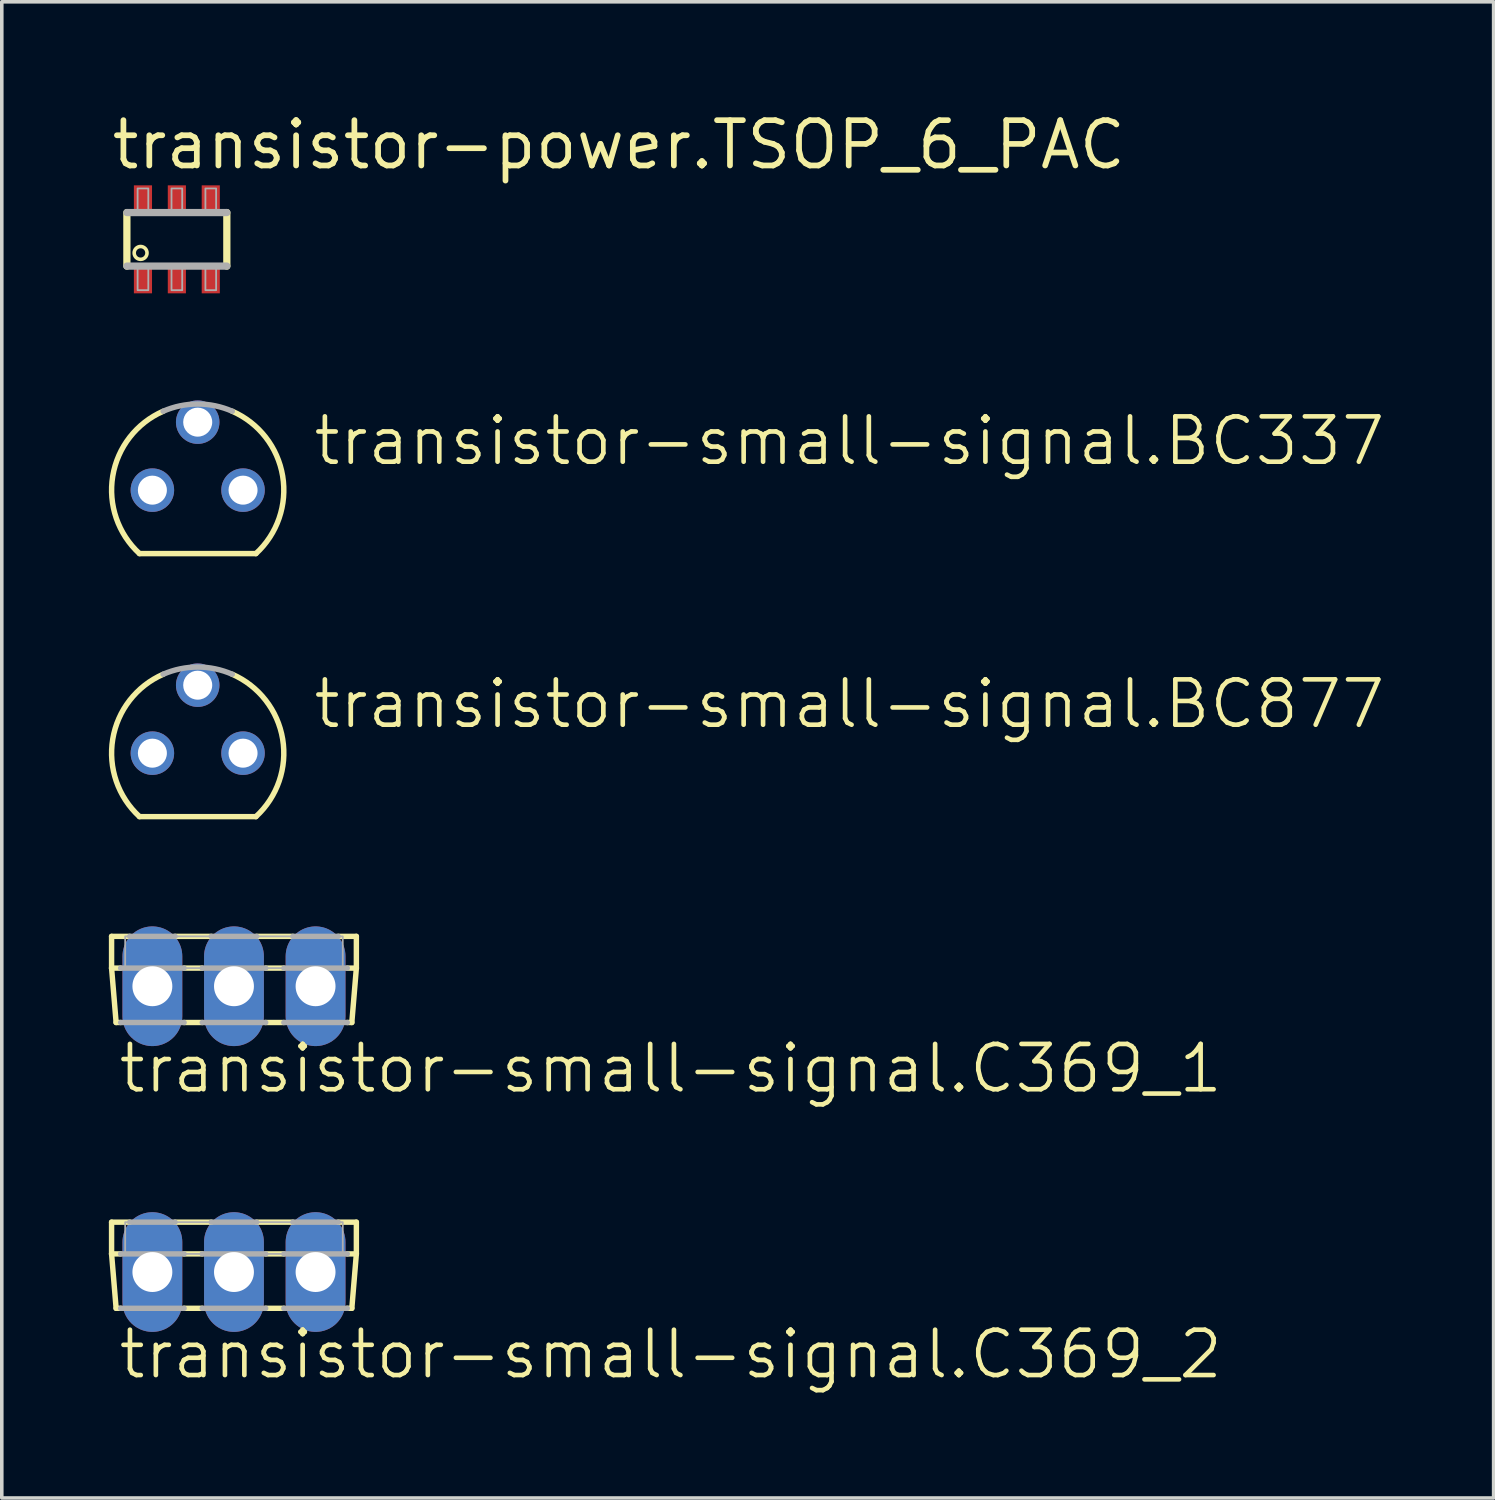
<source format=kicad_pcb>
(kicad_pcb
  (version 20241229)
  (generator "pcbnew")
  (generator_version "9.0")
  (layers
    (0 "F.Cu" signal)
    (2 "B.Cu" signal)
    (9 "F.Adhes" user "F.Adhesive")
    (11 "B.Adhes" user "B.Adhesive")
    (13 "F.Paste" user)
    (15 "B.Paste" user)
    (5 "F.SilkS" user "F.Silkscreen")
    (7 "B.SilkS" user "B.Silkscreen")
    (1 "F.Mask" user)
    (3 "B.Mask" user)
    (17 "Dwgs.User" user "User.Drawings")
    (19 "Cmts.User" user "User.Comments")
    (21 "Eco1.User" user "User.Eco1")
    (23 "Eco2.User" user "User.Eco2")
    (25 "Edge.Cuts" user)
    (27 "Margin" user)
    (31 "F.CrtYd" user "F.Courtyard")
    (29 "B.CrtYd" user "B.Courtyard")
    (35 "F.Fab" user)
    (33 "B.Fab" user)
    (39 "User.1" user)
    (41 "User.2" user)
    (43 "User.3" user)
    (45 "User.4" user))
  (footprint "transistor-small-signal.C369_2"
    (layer "F.Cu")
    (at 3.505 31.191)
    (property "Reference" "transistor-small-signal.C369_2" (at -3.302 4.445 0) (layer "F.SilkS") (effects (font (size 1.27 1.27) (thickness 0.13)) (justify left bottom)))
    (attr through_hole)
    (fp_line (start -3.429 0) (end -3.429 0.889) (stroke (width 0.152) (type default)) (layer "F.SilkS"))
    (fp_line (start -3.429 0) (end -2.921 0) (stroke (width 0.152) (type default)) (layer "F.SilkS"))
    (fp_line (start -3.429 0.889) (end -3.302 2.413) (stroke (width 0.152) (type default)) (layer "F.SilkS"))
    (fp_line (start -3.429 0.889) (end -3.175 0.889) (stroke (width 0.152) (type default)) (layer "F.SilkS"))
    (fp_line (start -3.302 2.413) (end -3.175 2.413) (stroke (width 0.152) (type default)) (layer "F.SilkS"))
    (fp_line (start -1.397 0.889) (end -0.889 0.889) (stroke (width 0.152) (type default)) (layer "F.SilkS"))
    (fp_line (start -0.889 2.413) (end -1.397 2.413) (stroke (width 0.152) (type default)) (layer "F.SilkS"))
    (fp_line (start -0.635 0) (end -1.651 0) (stroke (width 0.152) (type default)) (layer "F.SilkS"))
    (fp_line (start 0.889 0.889) (end 1.397 0.889) (stroke (width 0.152) (type default)) (layer "F.SilkS"))
    (fp_line (start 1.397 2.413) (end 0.889 2.413) (stroke (width 0.152) (type default)) (layer "F.SilkS"))
    (fp_line (start 1.651 0) (end 0.635 0) (stroke (width 0.152) (type default)) (layer "F.SilkS"))
    (fp_line (start 3.302 2.413) (end 3.175 2.413) (stroke (width 0.152) (type default)) (layer "F.SilkS"))
    (fp_line (start 3.429 0) (end 2.921 0) (stroke (width 0.152) (type default)) (layer "F.SilkS"))
    (fp_line (start 3.429 0) (end 3.429 0.889) (stroke (width 0.152) (type default)) (layer "F.SilkS"))
    (fp_line (start 3.429 0.889) (end 3.175 0.889) (stroke (width 0.152) (type default)) (layer "F.SilkS"))
    (fp_line (start 3.429 0.889) (end 3.302 2.413) (stroke (width 0.152) (type default)) (layer "F.SilkS"))
    (fp_line (start -3.175 0.889) (end -1.397 0.889) (stroke (width 0.152) (type default)) (layer "F.Fab"))
    (fp_line (start -3.175 2.413) (end -1.397 2.413) (stroke (width 0.152) (type default)) (layer "F.Fab"))
    (fp_line (start -2.921 0) (end -1.651 0) (stroke (width 0.152) (type default)) (layer "F.Fab"))
    (fp_line (start -0.889 0.889) (end 0.889 0.889) (stroke (width 0.152) (type default)) (layer "F.Fab"))
    (fp_line (start 0.635 0) (end -0.635 0) (stroke (width 0.152) (type default)) (layer "F.Fab"))
    (fp_line (start 0.889 2.413) (end -0.889 2.413) (stroke (width 0.152) (type default)) (layer "F.Fab"))
    (fp_line (start 2.921 0) (end 1.651 0) (stroke (width 0.152) (type default)) (layer "F.Fab"))
    (fp_line (start 3.175 0.889) (end 1.397 0.889) (stroke (width 0.152) (type default)) (layer "F.Fab"))
    (fp_line (start 3.175 2.413) (end 1.397 2.413) (stroke (width 0.152) (type default)) (layer "F.Fab"))
    (fp_rect (start -3.048 0.889) (end 3.048 0) (stroke (width 0.05) (type default)) (fill no) (layer "F.Fab"))
    (pad "B" thru_hole oval (at -2.286 1.397 90) (size 3.353 1.676) (drill 1.118) (layers "*.Cu" "*.Mask"))
    (pad "C" thru_hole oval (at 0 1.397 90) (size 3.353 1.676) (drill 1.118) (layers "*.Cu" "*.Mask"))
    (pad "E" thru_hole oval (at 2.286 1.397 90) (size 3.353 1.676) (drill 1.118) (layers "*.Cu" "*.Mask")))
  (footprint "transistor-power.TSOP_6_PAC"
    (layer "F.Cu")
    (at 1.905 3.655)
    (property "Reference" "transistor-power.TSOP_6_PAC" (at -1.905 -1.905 0) (layer "F.SilkS") (effects (font (size 1.27 1.27) (thickness 0.16)) (justify left bottom)))
    (attr smd)
    (fp_line (start -1.4 0.75) (end -1.4 -0.75) (stroke (width 0.203) (type default)) (layer "F.SilkS"))
    (fp_line (start 1.4 -0.75) (end 1.4 0.75) (stroke (width 0.203) (type default)) (layer "F.SilkS"))
    (fp_circle (center -1.016 0.381) (end -0.836 0.381) (stroke (width 0.1) (type default)) (fill no) (layer "F.SilkS"))
    (fp_line (start -1.4 -0.75) (end 1.4 -0.75) (stroke (width 0.203) (type default)) (layer "F.Fab"))
    (fp_line (start 1.4 0.75) (end -1.4 0.75) (stroke (width 0.203) (type default)) (layer "F.Fab"))
    (fp_rect (start -1.1 -0.8) (end -0.8 -1.425) (stroke (width 0.05) (type default)) (fill no) (layer "F.Fab"))
    (fp_rect (start -1.1 1.425) (end -0.8 0.8) (stroke (width 0.05) (type default)) (fill no) (layer "F.Fab"))
    (fp_rect (start -0.15 -0.8) (end 0.15 -1.425) (stroke (width 0.05) (type default)) (fill no) (layer "F.Fab"))
    (fp_rect (start -0.15 1.425) (end 0.15 0.8) (stroke (width 0.05) (type default)) (fill no) (layer "F.Fab"))
    (fp_rect (start 0.8 -0.8) (end 1.1 -1.425) (stroke (width 0.05) (type default)) (fill no) (layer "F.Fab"))
    (fp_rect (start 0.8 1.425) (end 1.1 0.8) (stroke (width 0.05) (type default)) (fill no) (layer "F.Fab"))
    (pad "1" smd roundrect (at -0.95 1.163) (size 0.508 0.7) (layers "F.Cu" "F.Mask" "F.Paste") (roundrect_rratio 0.01))
    (pad "2" smd roundrect (at 0 1.163) (size 0.508 0.7) (layers "F.Cu" "F.Mask" "F.Paste") (roundrect_rratio 0.01))
    (pad "3" smd roundrect (at 0.95 1.163) (size 0.508 0.7) (layers "F.Cu" "F.Mask" "F.Paste") (roundrect_rratio 0.01))
    (pad "4" smd roundrect (at 0.95 -1.163 180) (size 0.508 0.7) (layers "F.Cu" "F.Mask" "F.Paste") (roundrect_rratio 0.01))
    (pad "5" smd roundrect (at 0 -1.163 180) (size 0.508 0.7) (layers "F.Cu" "F.Mask" "F.Paste") (roundrect_rratio 0.01))
    (pad "6" smd roundrect (at -0.95 -1.163 180) (size 0.508 0.7) (layers "F.Cu" "F.Mask" "F.Paste") (roundrect_rratio 0.01)))
  (footprint "transistor-small-signal.BC337"
    (layer "F.Cu")
    (at 2.489 10.682)
    (property "Reference" "transistor-small-signal.BC337" (at 3.175 -0.635 0) (layer "F.SilkS") (effects (font (size 1.27 1.27) (thickness 0.13)) (justify left bottom)))
    (attr through_hole)
    (fp_line (start -1.631 1.778) (end 1.631 1.778) (stroke (width 0.152) (type default)) (layer "F.SilkS"))
    (fp_arc (start -1.631 1.778) (mid -2.380095 -0.395238) (end -0.9689 -2.2098) (stroke (width 0.1524) (type default)) (layer "F.SilkS"))
    (fp_arc (start 0.9689 -2.2098) (mid 2.380095 -0.395238) (end 1.631 1.778) (stroke (width 0.1524) (type default)) (layer "F.SilkS"))
    (fp_arc (start -0.9692 -2.2098) (mid 0 -2.412999) (end 0.9692 -2.2098) (stroke (width 0.1524) (type default)) (layer "F.Fab"))
    (pad "B" thru_hole circle (at 0 -1.905) (size 1.219 1.219) (drill 0.813) (layers "*.Cu" "*.Mask"))
    (pad "C" thru_hole circle (at -1.27 0) (size 1.219 1.219) (drill 0.813) (layers "*.Cu" "*.Mask"))
    (pad "E" thru_hole circle (at 1.27 0) (size 1.219 1.219) (drill 0.813) (layers "*.Cu" "*.Mask")))
  (footprint "transistor-small-signal.C369_1"
    (layer "F.Cu")
    (at 3.505 23.184)
    (property "Reference" "transistor-small-signal.C369_1" (at -3.302 4.445 0) (layer "F.SilkS") (effects (font (size 1.27 1.27) (thickness 0.13)) (justify left bottom)))
    (attr through_hole)
    (fp_line (start -3.429 0) (end -3.429 0.889) (stroke (width 0.152) (type default)) (layer "F.SilkS"))
    (fp_line (start -3.429 0) (end -2.921 0) (stroke (width 0.152) (type default)) (layer "F.SilkS"))
    (fp_line (start -3.429 0.889) (end -3.302 2.413) (stroke (width 0.152) (type default)) (layer "F.SilkS"))
    (fp_line (start -3.429 0.889) (end -3.175 0.889) (stroke (width 0.152) (type default)) (layer "F.SilkS"))
    (fp_line (start -3.302 2.413) (end -3.175 2.413) (stroke (width 0.152) (type default)) (layer "F.SilkS"))
    (fp_line (start -1.397 0.889) (end -0.889 0.889) (stroke (width 0.152) (type default)) (layer "F.SilkS"))
    (fp_line (start -0.889 2.413) (end -1.397 2.413) (stroke (width 0.152) (type default)) (layer "F.SilkS"))
    (fp_line (start -0.635 0) (end -1.651 0) (stroke (width 0.152) (type default)) (layer "F.SilkS"))
    (fp_line (start 0.889 0.889) (end 1.397 0.889) (stroke (width 0.152) (type default)) (layer "F.SilkS"))
    (fp_line (start 1.397 2.413) (end 0.889 2.413) (stroke (width 0.152) (type default)) (layer "F.SilkS"))
    (fp_line (start 1.651 0) (end 0.635 0) (stroke (width 0.152) (type default)) (layer "F.SilkS"))
    (fp_line (start 3.302 2.413) (end 3.175 2.413) (stroke (width 0.152) (type default)) (layer "F.SilkS"))
    (fp_line (start 3.429 0) (end 2.921 0) (stroke (width 0.152) (type default)) (layer "F.SilkS"))
    (fp_line (start 3.429 0) (end 3.429 0.889) (stroke (width 0.152) (type default)) (layer "F.SilkS"))
    (fp_line (start 3.429 0.889) (end 3.175 0.889) (stroke (width 0.152) (type default)) (layer "F.SilkS"))
    (fp_line (start 3.429 0.889) (end 3.302 2.413) (stroke (width 0.152) (type default)) (layer "F.SilkS"))
    (fp_line (start -3.175 0.889) (end -1.397 0.889) (stroke (width 0.152) (type default)) (layer "F.Fab"))
    (fp_line (start -3.175 2.413) (end -1.397 2.413) (stroke (width 0.152) (type default)) (layer "F.Fab"))
    (fp_line (start -2.921 0) (end -1.651 0) (stroke (width 0.152) (type default)) (layer "F.Fab"))
    (fp_line (start -0.889 0.889) (end 0.889 0.889) (stroke (width 0.152) (type default)) (layer "F.Fab"))
    (fp_line (start 0.635 0) (end -0.635 0) (stroke (width 0.152) (type default)) (layer "F.Fab"))
    (fp_line (start 0.889 2.413) (end -0.889 2.413) (stroke (width 0.152) (type default)) (layer "F.Fab"))
    (fp_line (start 2.921 0) (end 1.651 0) (stroke (width 0.152) (type default)) (layer "F.Fab"))
    (fp_line (start 3.175 0.889) (end 1.397 0.889) (stroke (width 0.152) (type default)) (layer "F.Fab"))
    (fp_line (start 3.175 2.413) (end 1.397 2.413) (stroke (width 0.152) (type default)) (layer "F.Fab"))
    (fp_rect (start -3.048 0.889) (end 3.048 0) (stroke (width 0.05) (type default)) (fill no) (layer "F.Fab"))
    (pad "D" thru_hole oval (at 0 1.397 90) (size 3.353 1.676) (drill 1.118) (layers "*.Cu" "*.Mask"))
    (pad "G" thru_hole oval (at -2.286 1.397 90) (size 3.353 1.676) (drill 1.118) (layers "*.Cu" "*.Mask"))
    (pad "S" thru_hole oval (at 2.286 1.397 90) (size 3.353 1.676) (drill 1.118) (layers "*.Cu" "*.Mask")))
  (footprint "transistor-small-signal.BC877"
    (layer "F.Cu")
    (at 2.489 18.051)
    (property "Reference" "transistor-small-signal.BC877" (at 3.175 -0.635 0) (layer "F.SilkS") (effects (font (size 1.27 1.27) (thickness 0.13)) (justify left bottom)))
    (attr through_hole)
    (fp_line (start -1.631 1.778) (end 1.631 1.778) (stroke (width 0.152) (type default)) (layer "F.SilkS"))
    (fp_arc (start -1.631 1.778) (mid -2.380095 -0.395238) (end -0.9689 -2.2098) (stroke (width 0.1524) (type default)) (layer "F.SilkS"))
    (fp_arc (start 0.9689 -2.2098) (mid 2.380095 -0.395238) (end 1.631 1.778) (stroke (width 0.1524) (type default)) (layer "F.SilkS"))
    (fp_arc (start -0.9692 -2.2098) (mid 0 -2.412999) (end 0.9692 -2.2098) (stroke (width 0.1524) (type default)) (layer "F.Fab"))
    (pad "B" thru_hole circle (at 1.27 0) (size 1.219 1.219) (drill 0.813) (layers "*.Cu" "*.Mask"))
    (pad "C" thru_hole circle (at 0 -1.905) (size 1.219 1.219) (drill 0.813) (layers "*.Cu" "*.Mask"))
    (pad "E" thru_hole circle (at -1.27 0) (size 1.219 1.219) (drill 0.813) (layers "*.Cu" "*.Mask")))
  (gr_rect
    (start -3 -3)
    (end 38.796 38.918)
    (stroke (width 0.1) (type default))
    (fill no)
    (layer "Edge.Cuts")))
</source>
